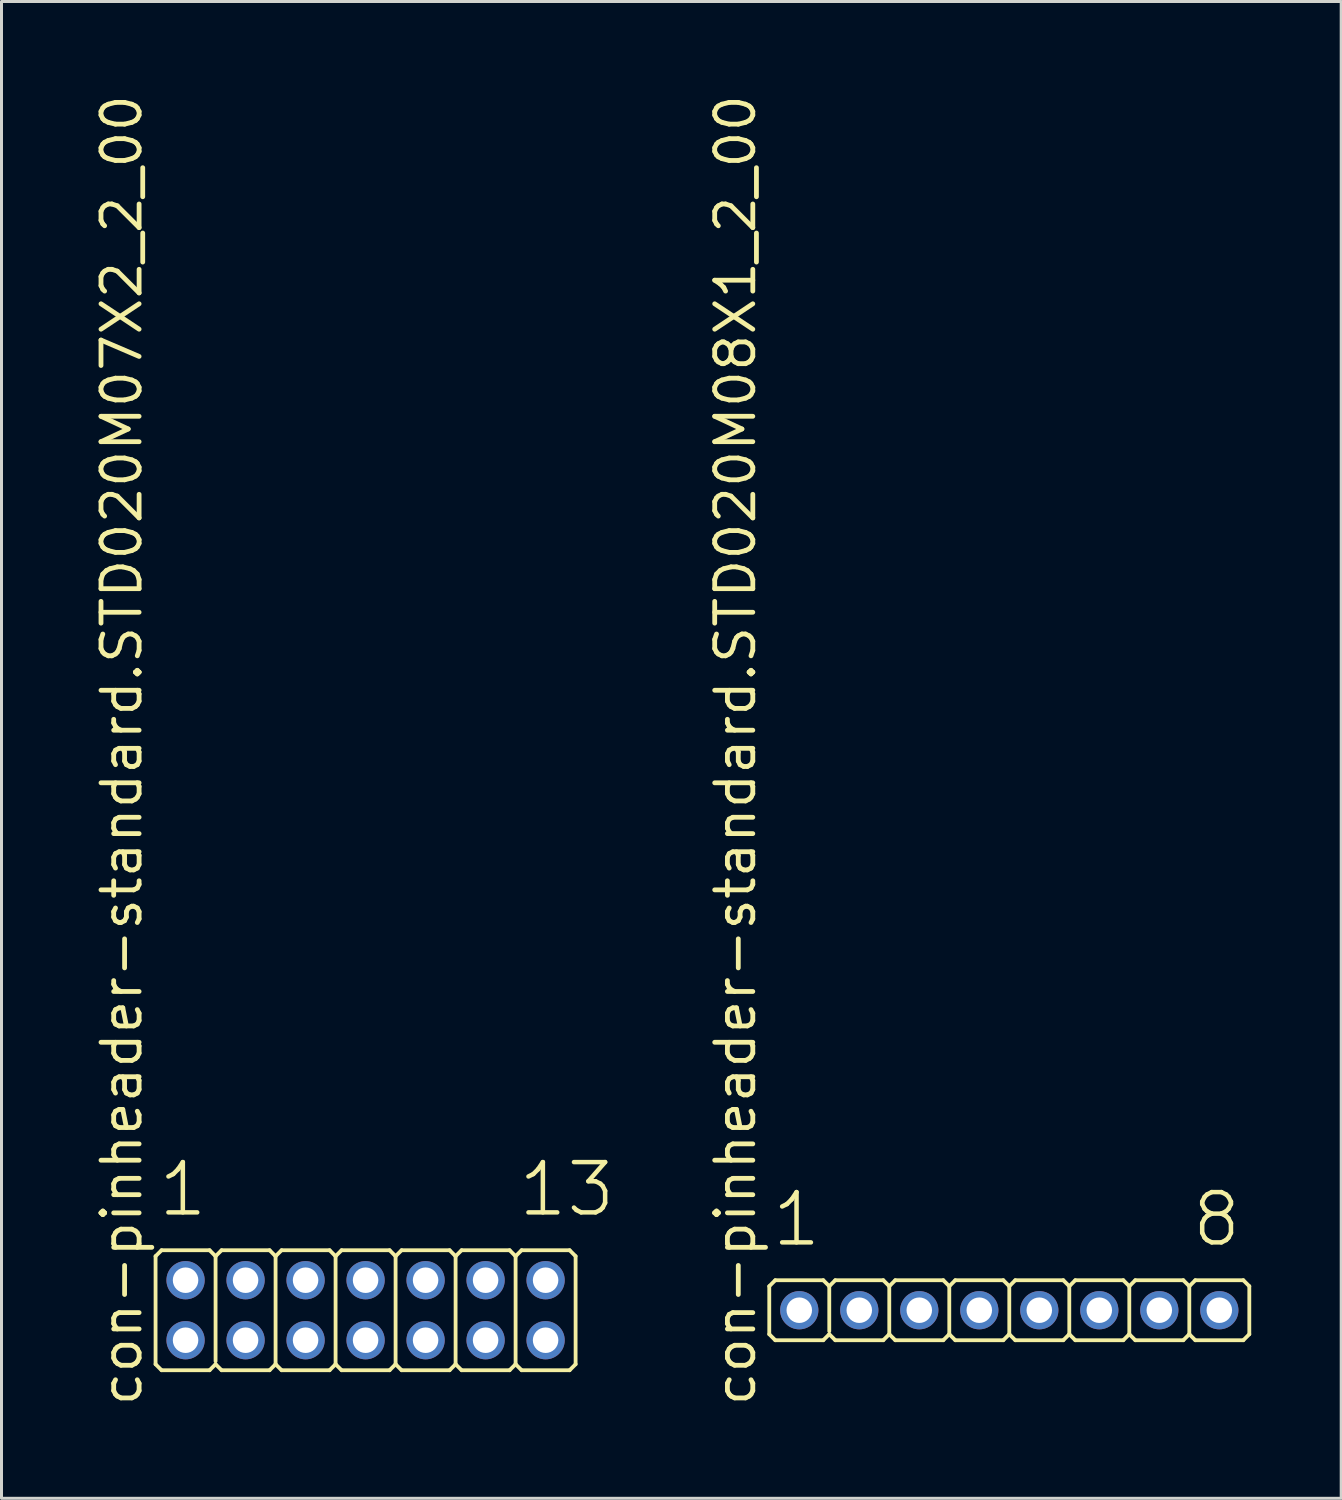
<source format=kicad_pcb>
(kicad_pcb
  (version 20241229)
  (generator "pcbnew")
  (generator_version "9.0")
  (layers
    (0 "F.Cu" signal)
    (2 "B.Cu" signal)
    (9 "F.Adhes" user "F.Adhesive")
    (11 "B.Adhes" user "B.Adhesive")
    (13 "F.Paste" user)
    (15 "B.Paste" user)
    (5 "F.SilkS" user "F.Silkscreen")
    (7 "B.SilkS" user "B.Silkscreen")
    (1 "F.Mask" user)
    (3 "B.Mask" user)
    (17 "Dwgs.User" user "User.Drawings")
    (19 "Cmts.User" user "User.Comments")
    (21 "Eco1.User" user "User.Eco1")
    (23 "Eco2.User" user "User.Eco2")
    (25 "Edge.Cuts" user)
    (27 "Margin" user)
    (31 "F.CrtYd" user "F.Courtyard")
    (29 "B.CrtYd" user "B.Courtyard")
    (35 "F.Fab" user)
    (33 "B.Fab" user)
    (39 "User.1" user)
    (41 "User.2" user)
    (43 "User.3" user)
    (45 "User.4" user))
  (footprint "con-pinheader-standard.STD020M07X2_2_00"
    (layer "F.Cu")
    (at 9.135 40.62)
    (property "Reference" "con-pinheader-standard.STD020M07X2_2_00" (at -7.385 3.27 90) (layer "F.SilkS") (effects (font (size 1.27 1.27) (thickness 0.16)) (justify left bottom)))
    (attr through_hole)
    (fp_line (start -7 1.8) (end -7 -1.8) (stroke (width 0.127) (type default)) (layer "F.SilkS"))
    (fp_line (start -6.8 -2) (end -7 -1.8) (stroke (width 0.127) (type default)) (layer "F.SilkS"))
    (fp_line (start -6.8 -2) (end -5.2 -2) (stroke (width 0.127) (type default)) (layer "F.SilkS"))
    (fp_line (start -6.8 2) (end -7 1.8) (stroke (width 0.127) (type default)) (layer "F.SilkS"))
    (fp_line (start -5.2 -2) (end -5 -1.8) (stroke (width 0.127) (type default)) (layer "F.SilkS"))
    (fp_line (start -5.2 2) (end -6.8 2) (stroke (width 0.127) (type default)) (layer "F.SilkS"))
    (fp_line (start -5.2 2) (end -5 1.8) (stroke (width 0.127) (type default)) (layer "F.SilkS"))
    (fp_line (start -5 -1.8) (end -5 1.7) (stroke (width 0.127) (type default)) (layer "F.SilkS"))
    (fp_line (start -4.8 -2) (end -5 -1.8) (stroke (width 0.127) (type default)) (layer "F.SilkS"))
    (fp_line (start -4.8 -2) (end -3.2 -2) (stroke (width 0.127) (type default)) (layer "F.SilkS"))
    (fp_line (start -4.8 2) (end -5 1.8) (stroke (width 0.127) (type default)) (layer "F.SilkS"))
    (fp_line (start -3.2 -2) (end -3 -1.8) (stroke (width 0.127) (type default)) (layer "F.SilkS"))
    (fp_line (start -3.2 2) (end -4.8 2) (stroke (width 0.127) (type default)) (layer "F.SilkS"))
    (fp_line (start -3.2 2) (end -3 1.8) (stroke (width 0.127) (type default)) (layer "F.SilkS"))
    (fp_line (start -3 -1.8) (end -3 1.8) (stroke (width 0.127) (type default)) (layer "F.SilkS"))
    (fp_line (start -2.8 -2) (end -3 -1.8) (stroke (width 0.127) (type default)) (layer "F.SilkS"))
    (fp_line (start -2.8 -2) (end -1.2 -2) (stroke (width 0.127) (type default)) (layer "F.SilkS"))
    (fp_line (start -2.8 2) (end -3 1.8) (stroke (width 0.127) (type default)) (layer "F.SilkS"))
    (fp_line (start -1.2 -2) (end -1 -1.8) (stroke (width 0.127) (type default)) (layer "F.SilkS"))
    (fp_line (start -1.2 2) (end -2.8 2) (stroke (width 0.127) (type default)) (layer "F.SilkS"))
    (fp_line (start -1.2 2) (end -1 1.8) (stroke (width 0.127) (type default)) (layer "F.SilkS"))
    (fp_line (start -1 -1.8) (end -1 1.8) (stroke (width 0.127) (type default)) (layer "F.SilkS"))
    (fp_line (start -0.8 -2) (end -1 -1.8) (stroke (width 0.127) (type default)) (layer "F.SilkS"))
    (fp_line (start -0.8 -2) (end 0.8 -2) (stroke (width 0.127) (type default)) (layer "F.SilkS"))
    (fp_line (start -0.8 2) (end -1 1.8) (stroke (width 0.127) (type default)) (layer "F.SilkS"))
    (fp_line (start 0.8 -2) (end 1 -1.8) (stroke (width 0.127) (type default)) (layer "F.SilkS"))
    (fp_line (start 0.8 2) (end -0.8 2) (stroke (width 0.127) (type default)) (layer "F.SilkS"))
    (fp_line (start 0.8 2) (end 1 1.8) (stroke (width 0.127) (type default)) (layer "F.SilkS"))
    (fp_line (start 1 -1.8) (end 1 1.8) (stroke (width 0.127) (type default)) (layer "F.SilkS"))
    (fp_line (start 1.2 -2) (end 1 -1.8) (stroke (width 0.127) (type default)) (layer "F.SilkS"))
    (fp_line (start 1.2 -2) (end 2.8 -2) (stroke (width 0.127) (type default)) (layer "F.SilkS"))
    (fp_line (start 1.2 2) (end 1 1.8) (stroke (width 0.127) (type default)) (layer "F.SilkS"))
    (fp_line (start 2.8 -2) (end 3 -1.8) (stroke (width 0.127) (type default)) (layer "F.SilkS"))
    (fp_line (start 2.8 2) (end 1.2 2) (stroke (width 0.127) (type default)) (layer "F.SilkS"))
    (fp_line (start 2.8 2) (end 3 1.8) (stroke (width 0.127) (type default)) (layer "F.SilkS"))
    (fp_line (start 3 -1.8) (end 3 1.8) (stroke (width 0.127) (type default)) (layer "F.SilkS"))
    (fp_line (start 3.2 -2) (end 3 -1.8) (stroke (width 0.127) (type default)) (layer "F.SilkS"))
    (fp_line (start 3.2 -2) (end 4.8 -2) (stroke (width 0.127) (type default)) (layer "F.SilkS"))
    (fp_line (start 3.2 2) (end 3 1.8) (stroke (width 0.127) (type default)) (layer "F.SilkS"))
    (fp_line (start 4.8 -2) (end 5 -1.8) (stroke (width 0.127) (type default)) (layer "F.SilkS"))
    (fp_line (start 4.8 2) (end 3.2 2) (stroke (width 0.127) (type default)) (layer "F.SilkS"))
    (fp_line (start 4.8 2) (end 5 1.8) (stroke (width 0.127) (type default)) (layer "F.SilkS"))
    (fp_line (start 5 -1.8) (end 5 1.8) (stroke (width 0.127) (type default)) (layer "F.SilkS"))
    (fp_line (start 5.2 -2) (end 5 -1.8) (stroke (width 0.127) (type default)) (layer "F.SilkS"))
    (fp_line (start 5.2 -2) (end 6.8 -2) (stroke (width 0.127) (type default)) (layer "F.SilkS"))
    (fp_line (start 5.2 2) (end 5 1.8) (stroke (width 0.127) (type default)) (layer "F.SilkS"))
    (fp_line (start 6.8 -2) (end 7 -1.8) (stroke (width 0.127) (type default)) (layer "F.SilkS"))
    (fp_line (start 6.8 2) (end 5.2 2) (stroke (width 0.127) (type default)) (layer "F.SilkS"))
    (fp_line (start 6.8 2) (end 7 1.8) (stroke (width 0.127) (type default)) (layer "F.SilkS"))
    (fp_line (start 7 -1.8) (end 7 1.8) (stroke (width 0.127) (type default)) (layer "F.SilkS"))
    (fp_rect (start -6.25 -0.75) (end -5.75 -1.25) (stroke (width 0.05) (type default)) (fill no) (layer "F.Fab"))
    (fp_rect (start -6.25 1.25) (end -5.75 0.75) (stroke (width 0.05) (type default)) (fill no) (layer "F.Fab"))
    (fp_rect (start -4.25 -0.75) (end -3.75 -1.25) (stroke (width 0.05) (type default)) (fill no) (layer "F.Fab"))
    (fp_rect (start -4.25 1.25) (end -3.75 0.75) (stroke (width 0.05) (type default)) (fill no) (layer "F.Fab"))
    (fp_rect (start -2.25 -0.75) (end -1.75 -1.25) (stroke (width 0.05) (type default)) (fill no) (layer "F.Fab"))
    (fp_rect (start -2.25 1.25) (end -1.75 0.75) (stroke (width 0.05) (type default)) (fill no) (layer "F.Fab"))
    (fp_rect (start -0.25 -0.75) (end 0.25 -1.25) (stroke (width 0.05) (type default)) (fill no) (layer "F.Fab"))
    (fp_rect (start -0.25 1.25) (end 0.25 0.75) (stroke (width 0.05) (type default)) (fill no) (layer "F.Fab"))
    (fp_rect (start 1.75 -0.75) (end 2.25 -1.25) (stroke (width 0.05) (type default)) (fill no) (layer "F.Fab"))
    (fp_rect (start 1.75 1.25) (end 2.25 0.75) (stroke (width 0.05) (type default)) (fill no) (layer "F.Fab"))
    (fp_rect (start 3.75 -0.75) (end 4.25 -1.25) (stroke (width 0.05) (type default)) (fill no) (layer "F.Fab"))
    (fp_rect (start 3.75 1.25) (end 4.25 0.75) (stroke (width 0.05) (type default)) (fill no) (layer "F.Fab"))
    (fp_rect (start 5.75 -0.75) (end 6.25 -1.25) (stroke (width 0.05) (type default)) (fill no) (layer "F.Fab"))
    (fp_rect (start 5.75 1.25) (end 6.25 0.75) (stroke (width 0.05) (type default)) (fill no) (layer "F.Fab"))
    (fp_text user "13" (at 5.012 -3.048 0) (layer "F.SilkS") (effects (font (size 1.676 1.676) (thickness 0.15)) (justify left bottom)))
    (fp_text user "1" (at -6.988 -3.048 0) (layer "F.SilkS") (effects (font (size 1.676 1.676) (thickness 0.15)) (justify left bottom)))
    (pad "1" thru_hole circle (at -6 -1) (size 1.275 1.275) (drill 0.85) (layers "*.Cu" "*.Mask"))
    (pad "2" thru_hole circle (at -6 1) (size 1.275 1.275) (drill 0.85) (layers "*.Cu" "*.Mask"))
    (pad "3" thru_hole circle (at -4 -1) (size 1.275 1.275) (drill 0.85) (layers "*.Cu" "*.Mask"))
    (pad "4" thru_hole circle (at -4 1) (size 1.275 1.275) (drill 0.85) (layers "*.Cu" "*.Mask"))
    (pad "5" thru_hole circle (at -2 -1) (size 1.275 1.275) (drill 0.85) (layers "*.Cu" "*.Mask"))
    (pad "6" thru_hole circle (at -2 1) (size 1.275 1.275) (drill 0.85) (layers "*.Cu" "*.Mask"))
    (pad "7" thru_hole circle (at 0 -1) (size 1.275 1.275) (drill 0.85) (layers "*.Cu" "*.Mask"))
    (pad "8" thru_hole circle (at 0 1) (size 1.275 1.275) (drill 0.85) (layers "*.Cu" "*.Mask"))
    (pad "9" thru_hole circle (at 2 -1) (size 1.275 1.275) (drill 0.85) (layers "*.Cu" "*.Mask"))
    (pad "10" thru_hole circle (at 2 1) (size 1.275 1.275) (drill 0.85) (layers "*.Cu" "*.Mask"))
    (pad "11" thru_hole circle (at 4 -1) (size 1.275 1.275) (drill 0.85) (layers "*.Cu" "*.Mask"))
    (pad "12" thru_hole circle (at 4 1) (size 1.275 1.275) (drill 0.85) (layers "*.Cu" "*.Mask"))
    (pad "13" thru_hole circle (at 6 -1) (size 1.275 1.275) (drill 0.85) (layers "*.Cu" "*.Mask"))
    (pad "14" thru_hole circle (at 6 1) (size 1.275 1.275) (drill 0.85) (layers "*.Cu" "*.Mask")))
  (footprint "con-pinheader-standard.STD020M08X1_2_00"
    (layer "F.Cu")
    (at 30.59 40.62)
    (property "Reference" "con-pinheader-standard.STD020M08X1_2_00" (at -8.385 3.27 90) (layer "F.SilkS") (effects (font (size 1.27 1.27) (thickness 0.16)) (justify left bottom)))
    (attr through_hole)
    (fp_line (start -8 0.8) (end -8 -0.8) (stroke (width 0.127) (type default)) (layer "F.SilkS"))
    (fp_line (start -7.8 -1) (end -8 -0.8) (stroke (width 0.127) (type default)) (layer "F.SilkS"))
    (fp_line (start -7.8 -1) (end -6.2 -1) (stroke (width 0.127) (type default)) (layer "F.SilkS"))
    (fp_line (start -7.8 1) (end -8 0.8) (stroke (width 0.127) (type default)) (layer "F.SilkS"))
    (fp_line (start -6.2 -1) (end -6 -0.8) (stroke (width 0.127) (type default)) (layer "F.SilkS"))
    (fp_line (start -6.2 1) (end -7.8 1) (stroke (width 0.127) (type default)) (layer "F.SilkS"))
    (fp_line (start -6.2 1) (end -6 0.8) (stroke (width 0.127) (type default)) (layer "F.SilkS"))
    (fp_line (start -6 -0.8) (end -6 0.7) (stroke (width 0.127) (type default)) (layer "F.SilkS"))
    (fp_line (start -5.8 -1) (end -6 -0.8) (stroke (width 0.127) (type default)) (layer "F.SilkS"))
    (fp_line (start -5.8 -1) (end -4.2 -1) (stroke (width 0.127) (type default)) (layer "F.SilkS"))
    (fp_line (start -5.8 1) (end -6 0.8) (stroke (width 0.127) (type default)) (layer "F.SilkS"))
    (fp_line (start -4.2 -1) (end -4 -0.8) (stroke (width 0.127) (type default)) (layer "F.SilkS"))
    (fp_line (start -4.2 1) (end -5.8 1) (stroke (width 0.127) (type default)) (layer "F.SilkS"))
    (fp_line (start -4.2 1) (end -4 0.8) (stroke (width 0.127) (type default)) (layer "F.SilkS"))
    (fp_line (start -4 -0.8) (end -4 0.8) (stroke (width 0.127) (type default)) (layer "F.SilkS"))
    (fp_line (start -3.8 -1) (end -4 -0.8) (stroke (width 0.127) (type default)) (layer "F.SilkS"))
    (fp_line (start -3.8 -1) (end -2.2 -1) (stroke (width 0.127) (type default)) (layer "F.SilkS"))
    (fp_line (start -3.8 1) (end -4 0.8) (stroke (width 0.127) (type default)) (layer "F.SilkS"))
    (fp_line (start -2.2 -1) (end -2 -0.8) (stroke (width 0.127) (type default)) (layer "F.SilkS"))
    (fp_line (start -2.2 1) (end -3.8 1) (stroke (width 0.127) (type default)) (layer "F.SilkS"))
    (fp_line (start -2.2 1) (end -2 0.8) (stroke (width 0.127) (type default)) (layer "F.SilkS"))
    (fp_line (start -2 -0.8) (end -2 0.8) (stroke (width 0.127) (type default)) (layer "F.SilkS"))
    (fp_line (start -1.8 -1) (end -2 -0.8) (stroke (width 0.127) (type default)) (layer "F.SilkS"))
    (fp_line (start -1.8 -1) (end -0.2 -1) (stroke (width 0.127) (type default)) (layer "F.SilkS"))
    (fp_line (start -1.8 1) (end -2 0.8) (stroke (width 0.127) (type default)) (layer "F.SilkS"))
    (fp_line (start -0.2 -1) (end 0 -0.8) (stroke (width 0.127) (type default)) (layer "F.SilkS"))
    (fp_line (start -0.2 1) (end -1.8 1) (stroke (width 0.127) (type default)) (layer "F.SilkS"))
    (fp_line (start -0.2 1) (end 0 0.8) (stroke (width 0.127) (type default)) (layer "F.SilkS"))
    (fp_line (start 0 -0.8) (end 0 0.8) (stroke (width 0.127) (type default)) (layer "F.SilkS"))
    (fp_line (start 0.2 -1) (end 0 -0.8) (stroke (width 0.127) (type default)) (layer "F.SilkS"))
    (fp_line (start 0.2 -1) (end 1.8 -1) (stroke (width 0.127) (type default)) (layer "F.SilkS"))
    (fp_line (start 0.2 1) (end 0 0.8) (stroke (width 0.127) (type default)) (layer "F.SilkS"))
    (fp_line (start 1.8 -1) (end 2 -0.8) (stroke (width 0.127) (type default)) (layer "F.SilkS"))
    (fp_line (start 1.8 1) (end 0.2 1) (stroke (width 0.127) (type default)) (layer "F.SilkS"))
    (fp_line (start 1.8 1) (end 2 0.8) (stroke (width 0.127) (type default)) (layer "F.SilkS"))
    (fp_line (start 2 -0.8) (end 2 0.8) (stroke (width 0.127) (type default)) (layer "F.SilkS"))
    (fp_line (start 2.2 -1) (end 2 -0.8) (stroke (width 0.127) (type default)) (layer "F.SilkS"))
    (fp_line (start 2.2 -1) (end 3.8 -1) (stroke (width 0.127) (type default)) (layer "F.SilkS"))
    (fp_line (start 2.2 1) (end 2 0.8) (stroke (width 0.127) (type default)) (layer "F.SilkS"))
    (fp_line (start 3.8 -1) (end 4 -0.8) (stroke (width 0.127) (type default)) (layer "F.SilkS"))
    (fp_line (start 3.8 1) (end 2.2 1) (stroke (width 0.127) (type default)) (layer "F.SilkS"))
    (fp_line (start 3.8 1) (end 4 0.8) (stroke (width 0.127) (type default)) (layer "F.SilkS"))
    (fp_line (start 4 -0.8) (end 4 0.8) (stroke (width 0.127) (type default)) (layer "F.SilkS"))
    (fp_line (start 4.2 -1) (end 4 -0.8) (stroke (width 0.127) (type default)) (layer "F.SilkS"))
    (fp_line (start 4.2 -1) (end 5.8 -1) (stroke (width 0.127) (type default)) (layer "F.SilkS"))
    (fp_line (start 4.2 1) (end 4 0.8) (stroke (width 0.127) (type default)) (layer "F.SilkS"))
    (fp_line (start 5.8 -1) (end 6 -0.8) (stroke (width 0.127) (type default)) (layer "F.SilkS"))
    (fp_line (start 5.8 1) (end 4.2 1) (stroke (width 0.127) (type default)) (layer "F.SilkS"))
    (fp_line (start 5.8 1) (end 6 0.8) (stroke (width 0.127) (type default)) (layer "F.SilkS"))
    (fp_line (start 6 -0.8) (end 6 0.8) (stroke (width 0.127) (type default)) (layer "F.SilkS"))
    (fp_line (start 6.2 -1) (end 6 -0.8) (stroke (width 0.127) (type default)) (layer "F.SilkS"))
    (fp_line (start 6.2 -1) (end 7.8 -1) (stroke (width 0.127) (type default)) (layer "F.SilkS"))
    (fp_line (start 6.2 1) (end 6 0.8) (stroke (width 0.127) (type default)) (layer "F.SilkS"))
    (fp_line (start 7.8 -1) (end 8 -0.8) (stroke (width 0.127) (type default)) (layer "F.SilkS"))
    (fp_line (start 7.8 1) (end 6.2 1) (stroke (width 0.127) (type default)) (layer "F.SilkS"))
    (fp_line (start 7.8 1) (end 8 0.8) (stroke (width 0.127) (type default)) (layer "F.SilkS"))
    (fp_line (start 8 -0.8) (end 8 0.8) (stroke (width 0.127) (type default)) (layer "F.SilkS"))
    (fp_rect (start -7.25 0.25) (end -6.75 -0.25) (stroke (width 0.05) (type default)) (fill no) (layer "F.Fab"))
    (fp_rect (start -5.25 0.25) (end -4.75 -0.25) (stroke (width 0.05) (type default)) (fill no) (layer "F.Fab"))
    (fp_rect (start -3.25 0.25) (end -2.75 -0.25) (stroke (width 0.05) (type default)) (fill no) (layer "F.Fab"))
    (fp_rect (start -1.25 0.25) (end -0.75 -0.25) (stroke (width 0.05) (type default)) (fill no) (layer "F.Fab"))
    (fp_rect (start 0.75 0.25) (end 1.25 -0.25) (stroke (width 0.05) (type default)) (fill no) (layer "F.Fab"))
    (fp_rect (start 2.75 0.25) (end 3.25 -0.25) (stroke (width 0.05) (type default)) (fill no) (layer "F.Fab"))
    (fp_rect (start 4.75 0.25) (end 5.25 -0.25) (stroke (width 0.05) (type default)) (fill no) (layer "F.Fab"))
    (fp_rect (start 6.75 0.25) (end 7.25 -0.25) (stroke (width 0.05) (type default)) (fill no) (layer "F.Fab"))
    (fp_text user "1" (at -7.988 -2.048 0) (layer "F.SilkS") (effects (font (size 1.676 1.676) (thickness 0.15)) (justify left bottom)))
    (fp_text user "8" (at 6.012 -2.048 0) (layer "F.SilkS") (effects (font (size 1.676 1.676) (thickness 0.15)) (justify left bottom)))
    (pad "1" thru_hole circle (at -7 0) (size 1.275 1.275) (drill 0.85) (layers "*.Cu" "*.Mask"))
    (pad "2" thru_hole circle (at -5 0) (size 1.275 1.275) (drill 0.85) (layers "*.Cu" "*.Mask"))
    (pad "3" thru_hole circle (at -3 0) (size 1.275 1.275) (drill 0.85) (layers "*.Cu" "*.Mask"))
    (pad "4" thru_hole circle (at -1 0) (size 1.275 1.275) (drill 0.85) (layers "*.Cu" "*.Mask"))
    (pad "5" thru_hole circle (at 1 0) (size 1.275 1.275) (drill 0.85) (layers "*.Cu" "*.Mask"))
    (pad "6" thru_hole circle (at 3 0) (size 1.275 1.275) (drill 0.85) (layers "*.Cu" "*.Mask"))
    (pad "7" thru_hole circle (at 5 0) (size 1.275 1.275) (drill 0.85) (layers "*.Cu" "*.Mask"))
    (pad "8" thru_hole circle (at 7 0) (size 1.275 1.275) (drill 0.85) (layers "*.Cu" "*.Mask")))
  (gr_rect
    (start -3 -3)
    (end 41.653 46.89)
    (stroke (width 0.1) (type default))
    (fill no)
    (layer "Edge.Cuts")))
</source>
